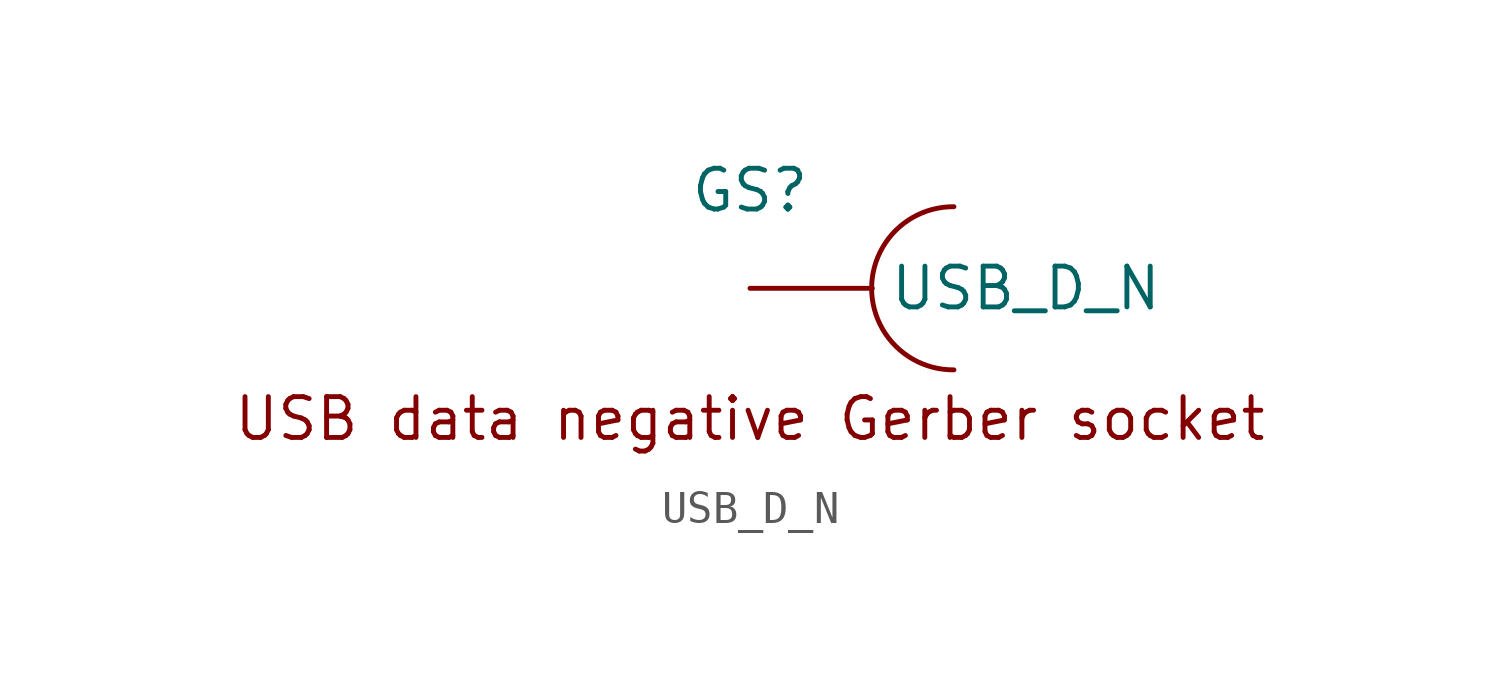
<source format=kicad_sym>
(kicad_symbol_lib
  (version 20241209)
  (generator "kicad_symbol_editor")
  (generator_version "9.0")
  (symbol "USB_D_N"
    (pin_numbers
      (hide yes))
    (property "Reference" "GS"
      (at 0 3.048 0)
      (effects (font (size 1.27 1.27))))
    (symbol "USB_D_N_0_1"
      (arc (start 6.35 -2.54) (mid 3.7874 0) (end 6.35 2.54) (stroke (width 0) (type default)) (fill (type none))))
    (symbol "USB_D_N_1_1"
      (text "USB data negative Gerber socket" (at 0 -4.064 0) (effects (font (size 1.27 1.27))))
      (pin bidirectional line (at 0 0 0) (length 3.81) (name "USB_D_N" (effects (font (size 1.27 1.27)))) (number "1" (effects (font (size 1.27 1.27))))))))
</source>
